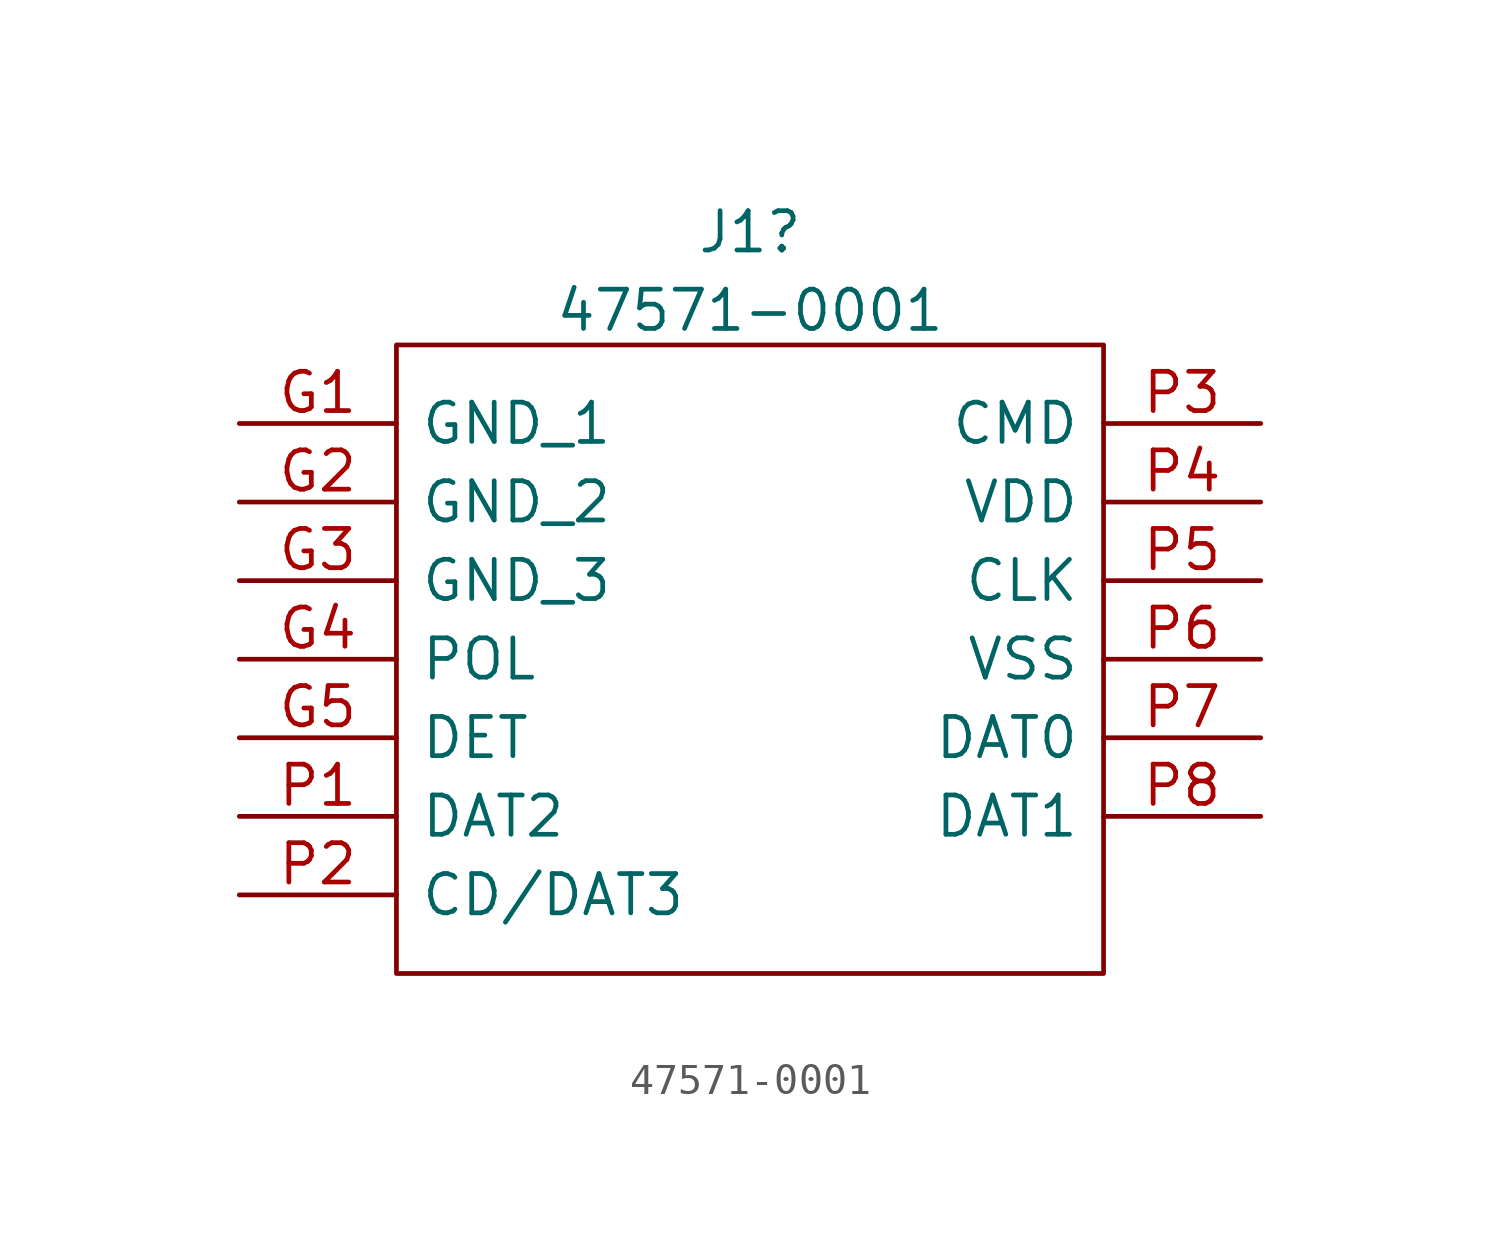
<source format=kicad_sym>
(kicad_symbol_lib
  (version 20211014)
  (generator kicad_symbol_editor)
  (symbol "47571-0001"
    (pin_names
      (offset 0.762))
    (property "Reference" "J1"
      (at 16.51 6.189 0)
      (effects (font (size 1.27 1.27))))
    (property "Value" "47571-0001"
      (at 16.51 3.652 0)
      (effects (font (size 1.27 1.27))))
    (symbol "47571-0001_0_0"
      (pin passive line (at 0 0 0) (length 5.08) (name "GND_1" (effects (font (size 1.27 1.27)))) (number "G1" (effects (font (size 1.27 1.27)))))
      (pin passive line (at 0 -2.54 0) (length 5.08) (name "GND_2" (effects (font (size 1.27 1.27)))) (number "G2" (effects (font (size 1.27 1.27)))))
      (pin passive line (at 0 -5.08 0) (length 5.08) (name "GND_3" (effects (font (size 1.27 1.27)))) (number "G3" (effects (font (size 1.27 1.27)))))
      (pin passive line (at 0 -7.62 0) (length 5.08) (name "POL" (effects (font (size 1.27 1.27)))) (number "G4" (effects (font (size 1.27 1.27)))))
      (pin passive line (at 0 -10.16 0) (length 5.08) (name "DET" (effects (font (size 1.27 1.27)))) (number "G5" (effects (font (size 1.27 1.27)))))
      (pin passive line (at 0 -12.7 0) (length 5.08) (name "DAT2" (effects (font (size 1.27 1.27)))) (number "P1" (effects (font (size 1.27 1.27)))))
      (pin passive line (at 0 -15.24 0) (length 5.08) (name "CD/DAT3" (effects (font (size 1.27 1.27)))) (number "P2" (effects (font (size 1.27 1.27)))))
      (pin passive line (at 33.02 0 180) (length 5.08) (name "CMD" (effects (font (size 1.27 1.27)))) (number "P3" (effects (font (size 1.27 1.27)))))
      (pin passive line (at 33.02 -2.54 180) (length 5.08) (name "VDD" (effects (font (size 1.27 1.27)))) (number "P4" (effects (font (size 1.27 1.27)))))
      (pin passive line (at 33.02 -5.08 180) (length 5.08) (name "CLK" (effects (font (size 1.27 1.27)))) (number "P5" (effects (font (size 1.27 1.27)))))
      (pin passive line (at 33.02 -7.62 180) (length 5.08) (name "VSS" (effects (font (size 1.27 1.27)))) (number "P6" (effects (font (size 1.27 1.27)))))
      (pin passive line (at 33.02 -10.16 180) (length 5.08) (name "DAT0" (effects (font (size 1.27 1.27)))) (number "P7" (effects (font (size 1.27 1.27)))))
      (pin passive line (at 33.02 -12.7 180) (length 5.08) (name "DAT1" (effects (font (size 1.27 1.27)))) (number "P8" (effects (font (size 1.27 1.27))))))
    (symbol "47571-0001_0_1"
      (polyline (pts (xy 5.08 2.54) (xy 27.94 2.54) (xy 27.94 -17.78) (xy 5.08 -17.78) (xy 5.08 2.54)) (stroke (width 0.152) (type default) (color 0 0 0 0)) (fill (type none))))))
</source>
